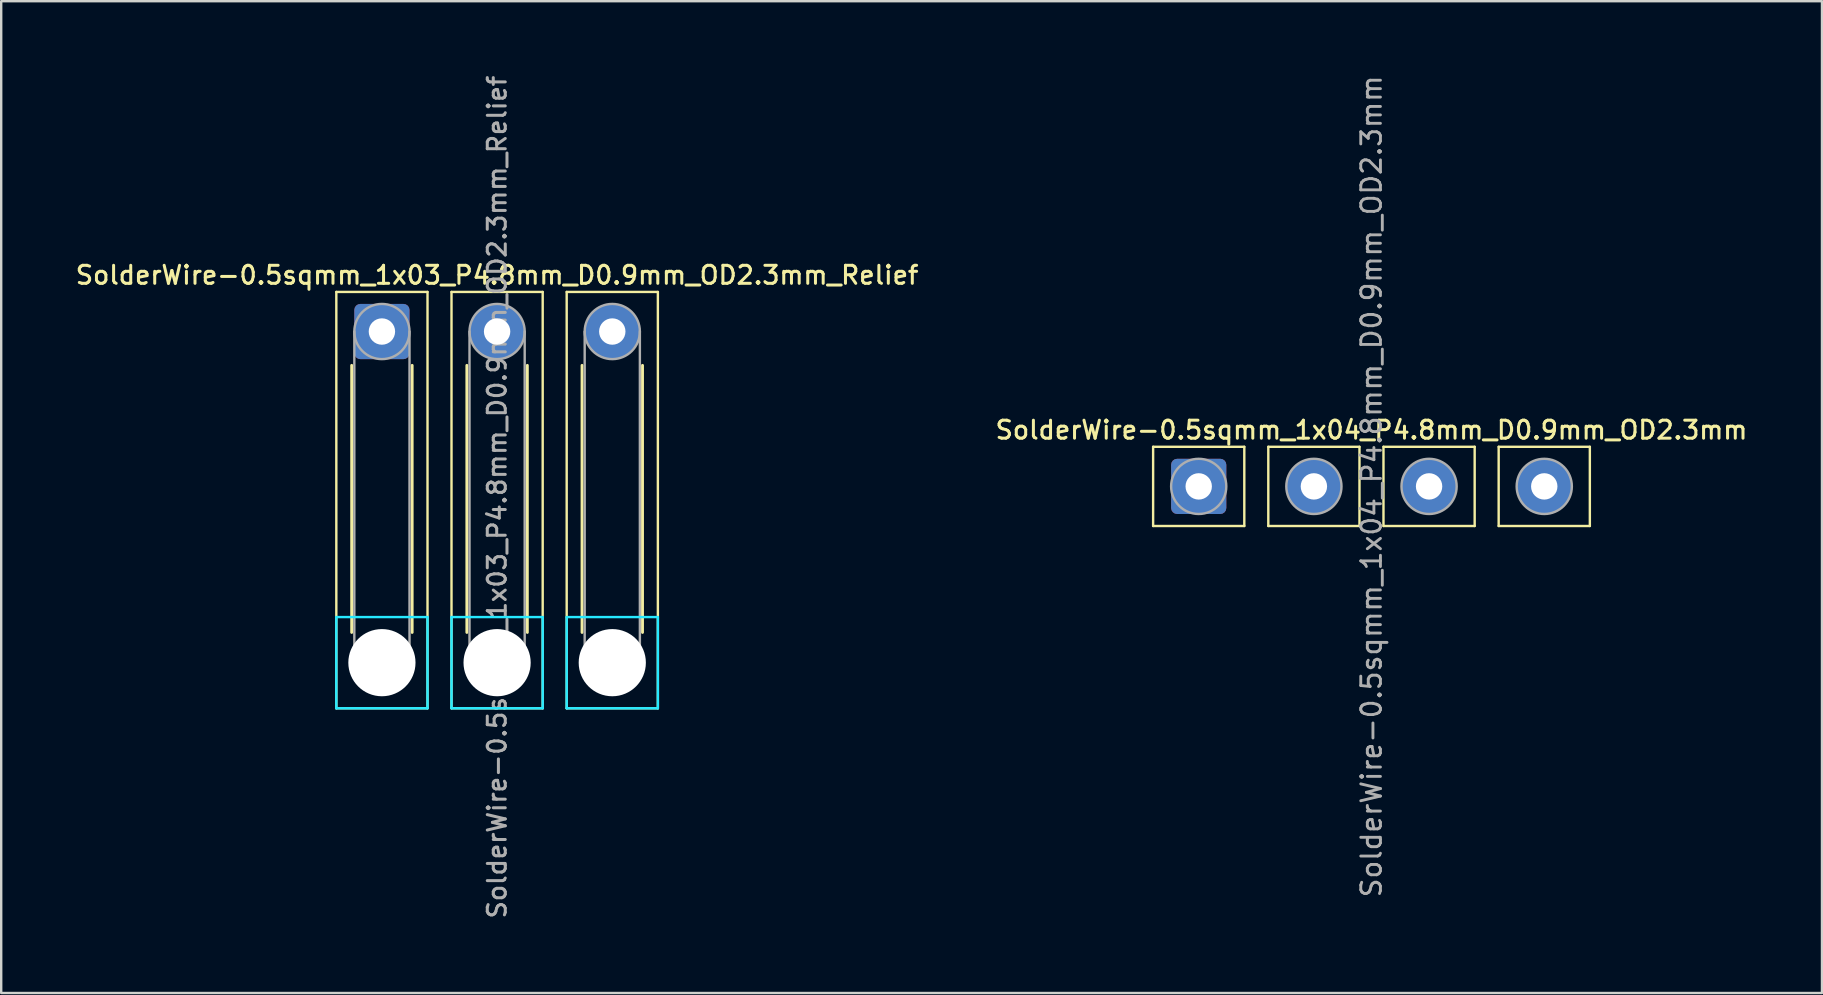
<source format=kicad_pcb>
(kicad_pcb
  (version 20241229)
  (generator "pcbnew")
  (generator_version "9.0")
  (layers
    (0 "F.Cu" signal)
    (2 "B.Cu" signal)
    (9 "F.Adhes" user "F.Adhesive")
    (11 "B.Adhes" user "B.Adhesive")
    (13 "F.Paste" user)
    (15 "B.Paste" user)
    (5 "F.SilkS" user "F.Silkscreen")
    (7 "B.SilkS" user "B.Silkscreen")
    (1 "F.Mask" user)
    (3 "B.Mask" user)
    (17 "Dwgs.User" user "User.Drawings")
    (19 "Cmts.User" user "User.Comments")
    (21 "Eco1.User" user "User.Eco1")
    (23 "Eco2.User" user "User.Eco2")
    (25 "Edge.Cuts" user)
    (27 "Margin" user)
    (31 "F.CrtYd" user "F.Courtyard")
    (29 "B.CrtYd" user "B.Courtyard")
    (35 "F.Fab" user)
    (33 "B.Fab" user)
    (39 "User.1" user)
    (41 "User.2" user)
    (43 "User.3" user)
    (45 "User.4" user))
  (footprint "SolderWire-0.5sqmm_1x03_P4.8mm_D0.9mm_OD2.3mm_Relief"
    (layer "F.Cu")
    (at 12.866 10.766)
    (property "Reference" "SolderWire-0.5sqmm_1x03_P4.8mm_D0.9mm_OD2.3mm_Relief" (at 4.8 -2.35 0) (layer "F.SilkS") (effects (font (size 0.75 0.75) (thickness 0.125))))
    (attr exclude_from_pos_files exclude_from_bom)
    (fp_line (start -1.9 -1.65) (end -1.9 15.7) (stroke (width 0.1) (type solid)) (layer "F.SilkS"))
    (fp_line (start -1.9 15.7) (end 1.9 15.7) (stroke (width 0.1) (type solid)) (layer "F.SilkS"))
    (fp_line (start -1.26 1.41) (end -1.26 12.54) (stroke (width 0.12) (type solid)) (layer "F.SilkS"))
    (fp_line (start 1.26 1.41) (end 1.26 12.54) (stroke (width 0.12) (type solid)) (layer "F.SilkS"))
    (fp_line (start 1.9 -1.65) (end -1.9 -1.65) (stroke (width 0.1) (type solid)) (layer "F.SilkS"))
    (fp_line (start 1.9 15.7) (end 1.9 -1.65) (stroke (width 0.1) (type solid)) (layer "F.SilkS"))
    (fp_line (start 2.9 -1.65) (end 2.9 15.7) (stroke (width 0.1) (type solid)) (layer "F.SilkS"))
    (fp_line (start 2.9 15.7) (end 6.7 15.7) (stroke (width 0.1) (type solid)) (layer "F.SilkS"))
    (fp_line (start 3.54 1.41) (end 3.54 12.54) (stroke (width 0.12) (type solid)) (layer "F.SilkS"))
    (fp_line (start 6.06 1.41) (end 6.06 12.54) (stroke (width 0.12) (type solid)) (layer "F.SilkS"))
    (fp_line (start 6.7 -1.65) (end 2.9 -1.65) (stroke (width 0.1) (type solid)) (layer "F.SilkS"))
    (fp_line (start 6.7 15.7) (end 6.7 -1.65) (stroke (width 0.1) (type solid)) (layer "F.SilkS"))
    (fp_line (start 7.7 -1.65) (end 7.7 15.7) (stroke (width 0.1) (type solid)) (layer "F.SilkS"))
    (fp_line (start 7.7 15.7) (end 11.5 15.7) (stroke (width 0.1) (type solid)) (layer "F.SilkS"))
    (fp_line (start 8.34 1.41) (end 8.34 12.54) (stroke (width 0.12) (type solid)) (layer "F.SilkS"))
    (fp_line (start 10.86 1.41) (end 10.86 12.54) (stroke (width 0.12) (type solid)) (layer "F.SilkS"))
    (fp_line (start 11.5 -1.65) (end 7.7 -1.65) (stroke (width 0.1) (type solid)) (layer "F.SilkS"))
    (fp_line (start 11.5 15.7) (end 11.5 -1.65) (stroke (width 0.1) (type solid)) (layer "F.SilkS"))
    (fp_line (start -1.9 11.9) (end -1.9 15.7) (stroke (width 0.1) (type solid)) (layer "B.CrtYd"))
    (fp_line (start -1.9 15.7) (end 1.9 15.7) (stroke (width 0.1) (type solid)) (layer "B.CrtYd"))
    (fp_line (start 1.9 11.9) (end -1.9 11.9) (stroke (width 0.1) (type solid)) (layer "B.CrtYd"))
    (fp_line (start 1.9 15.7) (end 1.9 11.9) (stroke (width 0.1) (type solid)) (layer "B.CrtYd"))
    (fp_line (start 2.9 11.9) (end 2.9 15.7) (stroke (width 0.1) (type solid)) (layer "B.CrtYd"))
    (fp_line (start 2.9 15.7) (end 6.7 15.7) (stroke (width 0.1) (type solid)) (layer "B.CrtYd"))
    (fp_line (start 6.7 11.9) (end 2.9 11.9) (stroke (width 0.1) (type solid)) (layer "B.CrtYd"))
    (fp_line (start 6.7 15.7) (end 6.7 11.9) (stroke (width 0.1) (type solid)) (layer "B.CrtYd"))
    (fp_line (start 7.7 11.9) (end 7.7 15.7) (stroke (width 0.1) (type solid)) (layer "B.CrtYd"))
    (fp_line (start 7.7 15.7) (end 11.5 15.7) (stroke (width 0.1) (type solid)) (layer "B.CrtYd"))
    (fp_line (start 11.5 11.9) (end 7.7 11.9) (stroke (width 0.1) (type solid)) (layer "B.CrtYd"))
    (fp_line (start 11.5 15.7) (end 11.5 11.9) (stroke (width 0.1) (type solid)) (layer "B.CrtYd"))
    (fp_line (start -1.15 0) (end -1.15 13.8) (stroke (width 0.1) (type solid)) (layer "F.Fab"))
    (fp_line (start 1.15 0) (end 1.15 13.8) (stroke (width 0.1) (type solid)) (layer "F.Fab"))
    (fp_line (start 3.65 0) (end 3.65 13.8) (stroke (width 0.1) (type solid)) (layer "F.Fab"))
    (fp_line (start 5.95 0) (end 5.95 13.8) (stroke (width 0.1) (type solid)) (layer "F.Fab"))
    (fp_line (start 8.45 0) (end 8.45 13.8) (stroke (width 0.1) (type solid)) (layer "F.Fab"))
    (fp_line (start 10.75 0) (end 10.75 13.8) (stroke (width 0.1) (type solid)) (layer "F.Fab"))
    (fp_circle (center 0 0) (end 1.15 0) (stroke (width 0.1) (type solid)) (fill no) (layer "F.Fab"))
    (fp_circle (center 0 13.8) (end 1.15 13.8) (stroke (width 0.1) (type solid)) (fill no) (layer "F.Fab"))
    (fp_circle (center 4.8 0) (end 5.95 0) (stroke (width 0.1) (type solid)) (fill no) (layer "F.Fab"))
    (fp_circle (center 4.8 13.8) (end 5.95 13.8) (stroke (width 0.1) (type solid)) (fill no) (layer "F.Fab"))
    (fp_circle (center 9.6 0) (end 10.75 0) (stroke (width 0.1) (type solid)) (fill no) (layer "F.Fab"))
    (fp_circle (center 9.6 13.8) (end 10.75 13.8) (stroke (width 0.1) (type solid)) (fill no) (layer "F.Fab"))
    (fp_text user "${REFERENCE}" (at 4.8 6.9 90) (layer "F.Fab") (effects (font (size 0.75 0.75) (thickness 0.125))))
    (pad "" np_thru_hole circle (at 0 13.8) (size 2.8 2.8) (drill 2.8) (layers "*.Cu" "*.Mask"))
    (pad "" np_thru_hole circle (at 4.8 13.8) (size 2.8 2.8) (drill 2.8) (layers "*.Cu" "*.Mask"))
    (pad "" np_thru_hole circle (at 9.6 13.8) (size 2.8 2.8) (drill 2.8) (layers "*.Cu" "*.Mask"))
    (pad "1" thru_hole roundrect (at 0 0) (size 2.3 2.3) (drill 1.1) (layers "*.Cu" "*.Mask") (roundrect_rratio 0.109))
    (pad "2" thru_hole circle (at 4.8 0) (size 2.3 2.3) (drill 1.1) (layers "*.Cu" "*.Mask"))
    (pad "3" thru_hole circle (at 9.6 0) (size 2.3 2.3) (drill 1.1) (layers "*.Cu" "*.Mask")))
  (footprint "SolderWire-0.5sqmm_1x04_P4.8mm_D0.9mm_OD2.3mm"
    (layer "F.Cu")
    (at 46.905 17.22)
    (property "Reference" "SolderWire-0.5sqmm_1x04_P4.8mm_D0.9mm_OD2.3mm" (at 7.2 -2.35 0) (layer "F.SilkS") (effects (font (size 0.75 0.75) (thickness 0.125))))
    (attr exclude_from_pos_files exclude_from_bom)
    (fp_line (start -1.9 -1.65) (end -1.9 1.65) (stroke (width 0.1) (type solid)) (layer "F.SilkS"))
    (fp_line (start -1.9 1.65) (end 1.9 1.65) (stroke (width 0.1) (type solid)) (layer "F.SilkS"))
    (fp_line (start 1.9 -1.65) (end -1.9 -1.65) (stroke (width 0.1) (type solid)) (layer "F.SilkS"))
    (fp_line (start 1.9 1.65) (end 1.9 -1.65) (stroke (width 0.1) (type solid)) (layer "F.SilkS"))
    (fp_line (start 2.9 -1.65) (end 2.9 1.65) (stroke (width 0.1) (type solid)) (layer "F.SilkS"))
    (fp_line (start 2.9 1.65) (end 6.7 1.65) (stroke (width 0.1) (type solid)) (layer "F.SilkS"))
    (fp_line (start 6.7 -1.65) (end 2.9 -1.65) (stroke (width 0.1) (type solid)) (layer "F.SilkS"))
    (fp_line (start 6.7 1.65) (end 6.7 -1.65) (stroke (width 0.1) (type solid)) (layer "F.SilkS"))
    (fp_line (start 7.7 -1.65) (end 7.7 1.65) (stroke (width 0.1) (type solid)) (layer "F.SilkS"))
    (fp_line (start 7.7 1.65) (end 11.5 1.65) (stroke (width 0.1) (type solid)) (layer "F.SilkS"))
    (fp_line (start 11.5 -1.65) (end 7.7 -1.65) (stroke (width 0.1) (type solid)) (layer "F.SilkS"))
    (fp_line (start 11.5 1.65) (end 11.5 -1.65) (stroke (width 0.1) (type solid)) (layer "F.SilkS"))
    (fp_line (start 12.5 -1.65) (end 12.5 1.65) (stroke (width 0.1) (type solid)) (layer "F.SilkS"))
    (fp_line (start 12.5 1.65) (end 16.3 1.65) (stroke (width 0.1) (type solid)) (layer "F.SilkS"))
    (fp_line (start 16.3 -1.65) (end 12.5 -1.65) (stroke (width 0.1) (type solid)) (layer "F.SilkS"))
    (fp_line (start 16.3 1.65) (end 16.3 -1.65) (stroke (width 0.1) (type solid)) (layer "F.SilkS"))
    (fp_circle (center 0 0) (end 1.15 0) (stroke (width 0.1) (type solid)) (fill no) (layer "F.Fab"))
    (fp_circle (center 4.8 0) (end 5.95 0) (stroke (width 0.1) (type solid)) (fill no) (layer "F.Fab"))
    (fp_circle (center 9.6 0) (end 10.75 0) (stroke (width 0.1) (type solid)) (fill no) (layer "F.Fab"))
    (fp_circle (center 14.4 0) (end 15.55 0) (stroke (width 0.1) (type solid)) (fill no) (layer "F.Fab"))
    (fp_text user "${REFERENCE}" (at 7.2 0 90) (layer "F.Fab") (effects (font (size 0.82 0.82) (thickness 0.12))))
    (pad "1" thru_hole roundrect (at 0 0) (size 2.3 2.3) (drill 1.1) (layers "*.Cu" "*.Mask") (roundrect_rratio 0.109))
    (pad "2" thru_hole circle (at 4.8 0) (size 2.3 2.3) (drill 1.1) (layers "*.Cu" "*.Mask"))
    (pad "3" thru_hole circle (at 9.6 0) (size 2.3 2.3) (drill 1.1) (layers "*.Cu" "*.Mask"))
    (pad "4" thru_hole circle (at 14.4 0) (size 2.3 2.3) (drill 1.1) (layers "*.Cu" "*.Mask")))
  (gr_rect
    (start -3 -3)
    (end 72.879 38.332)
    (stroke (width 0.1) (type default))
    (fill no)
    (layer "Edge.Cuts")))
</source>
